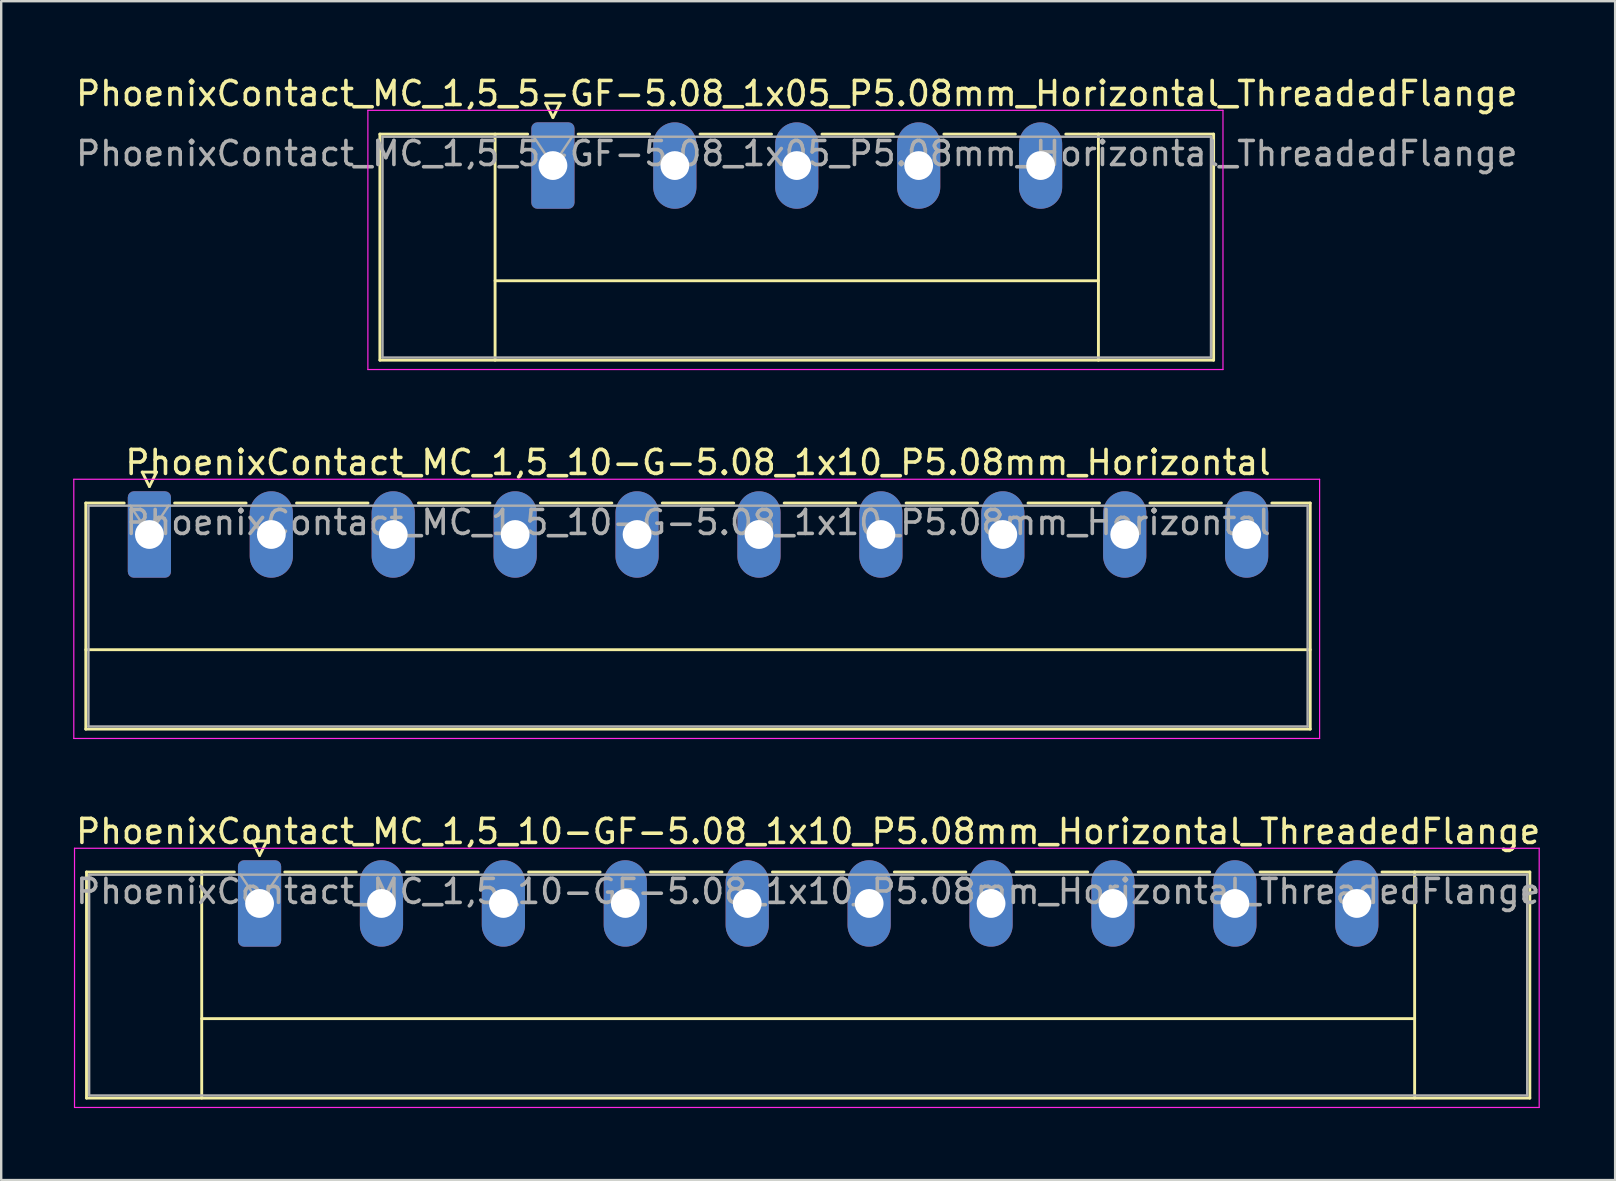
<source format=kicad_pcb>
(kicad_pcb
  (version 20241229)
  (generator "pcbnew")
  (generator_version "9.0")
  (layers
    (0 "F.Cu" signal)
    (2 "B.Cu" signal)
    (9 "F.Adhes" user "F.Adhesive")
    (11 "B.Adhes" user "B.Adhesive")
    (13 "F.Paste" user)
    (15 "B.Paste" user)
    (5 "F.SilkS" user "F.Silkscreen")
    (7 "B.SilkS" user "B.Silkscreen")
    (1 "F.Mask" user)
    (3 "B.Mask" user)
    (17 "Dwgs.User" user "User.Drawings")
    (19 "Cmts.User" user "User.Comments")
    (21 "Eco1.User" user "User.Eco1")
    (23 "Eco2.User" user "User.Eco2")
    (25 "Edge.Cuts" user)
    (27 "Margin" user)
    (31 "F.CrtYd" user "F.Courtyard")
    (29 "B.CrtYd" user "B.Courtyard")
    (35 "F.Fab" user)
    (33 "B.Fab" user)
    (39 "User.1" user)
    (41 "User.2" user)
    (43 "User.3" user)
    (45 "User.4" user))
  (footprint "PhoenixContact_MC_1,5_10-G-5.08_1x10_P5.08mm_Horizontal"
    (layer "F.Cu")
    (at 3.175 19.221)
    (property "Reference" "PhoenixContact_MC_1,5_10-G-5.08_1x10_P5.08mm_Horizontal" (at 22.86 -3 0) (layer "F.SilkS") (effects (font (size 1 1) (thickness 0.15))))
    (attr through_hole)
    (fp_line (start -2.65 -1.31) (end -2.65 8.11) (stroke (width 0.12) (type solid)) (layer "F.SilkS"))
    (fp_line (start -2.65 -1.31) (end -1.05 -1.31) (stroke (width 0.12) (type solid)) (layer "F.SilkS"))
    (fp_line (start -2.65 4.8) (end 48.37 4.8) (stroke (width 0.12) (type solid)) (layer "F.SilkS"))
    (fp_line (start -2.65 8.11) (end 48.37 8.11) (stroke (width 0.12) (type solid)) (layer "F.SilkS"))
    (fp_line (start -0.3 -2.6) (end 0.3 -2.6) (stroke (width 0.12) (type solid)) (layer "F.SilkS"))
    (fp_line (start 0 -2) (end -0.3 -2.6) (stroke (width 0.12) (type solid)) (layer "F.SilkS"))
    (fp_line (start 0.3 -2.6) (end 0 -2) (stroke (width 0.12) (type solid)) (layer "F.SilkS"))
    (fp_line (start 1.05 -1.31) (end 4.03 -1.31) (stroke (width 0.12) (type solid)) (layer "F.SilkS"))
    (fp_line (start 6.13 -1.31) (end 9.11 -1.31) (stroke (width 0.12) (type solid)) (layer "F.SilkS"))
    (fp_line (start 11.21 -1.31) (end 14.19 -1.31) (stroke (width 0.12) (type solid)) (layer "F.SilkS"))
    (fp_line (start 16.29 -1.31) (end 19.27 -1.31) (stroke (width 0.12) (type solid)) (layer "F.SilkS"))
    (fp_line (start 21.37 -1.31) (end 24.35 -1.31) (stroke (width 0.12) (type solid)) (layer "F.SilkS"))
    (fp_line (start 26.45 -1.31) (end 29.43 -1.31) (stroke (width 0.12) (type solid)) (layer "F.SilkS"))
    (fp_line (start 31.53 -1.31) (end 34.51 -1.31) (stroke (width 0.12) (type solid)) (layer "F.SilkS"))
    (fp_line (start 36.61 -1.31) (end 39.59 -1.31) (stroke (width 0.12) (type solid)) (layer "F.SilkS"))
    (fp_line (start 41.69 -1.31) (end 44.67 -1.31) (stroke (width 0.12) (type solid)) (layer "F.SilkS"))
    (fp_line (start 48.37 -1.31) (end 46.77 -1.31) (stroke (width 0.12) (type solid)) (layer "F.SilkS"))
    (fp_line (start 48.37 8.11) (end 48.37 -1.31) (stroke (width 0.12) (type solid)) (layer "F.SilkS"))
    (fp_line (start -3.15 -2.3) (end -3.15 8.5) (stroke (width 0.05) (type solid)) (layer "F.CrtYd"))
    (fp_line (start -3.15 8.5) (end 48.76 8.5) (stroke (width 0.05) (type solid)) (layer "F.CrtYd"))
    (fp_line (start 48.76 -2.3) (end -3.15 -2.3) (stroke (width 0.05) (type solid)) (layer "F.CrtYd"))
    (fp_line (start 48.76 8.5) (end 48.76 -2.3) (stroke (width 0.05) (type solid)) (layer "F.CrtYd"))
    (fp_line (start -2.54 -1.2) (end -2.54 8) (stroke (width 0.1) (type solid)) (layer "F.Fab"))
    (fp_line (start -2.54 8) (end 48.26 8) (stroke (width 0.1) (type solid)) (layer "F.Fab"))
    (fp_line (start 0 0) (end -0.8 -1.2) (stroke (width 0.1) (type solid)) (layer "F.Fab"))
    (fp_line (start 0.8 -1.2) (end 0 0) (stroke (width 0.1) (type solid)) (layer "F.Fab"))
    (fp_line (start 48.26 -1.2) (end -2.54 -1.2) (stroke (width 0.1) (type solid)) (layer "F.Fab"))
    (fp_line (start 48.26 8) (end 48.26 -1.2) (stroke (width 0.1) (type solid)) (layer "F.Fab"))
    (fp_text user "${REFERENCE}" (at 22.86 -0.5 0) (layer "F.Fab") (effects (font (size 1 1) (thickness 0.15))))
    (pad "1" thru_hole roundrect (at 0 0) (size 1.8 3.6) (drill 1.2) (layers "*.Cu" "*.Mask") (roundrect_rratio 0.139))
    (pad "2" thru_hole oval (at 5.08 0) (size 1.8 3.6) (drill 1.2) (layers "*.Cu" "*.Mask"))
    (pad "3" thru_hole oval (at 10.16 0) (size 1.8 3.6) (drill 1.2) (layers "*.Cu" "*.Mask"))
    (pad "4" thru_hole oval (at 15.24 0) (size 1.8 3.6) (drill 1.2) (layers "*.Cu" "*.Mask"))
    (pad "5" thru_hole oval (at 20.32 0) (size 1.8 3.6) (drill 1.2) (layers "*.Cu" "*.Mask"))
    (pad "6" thru_hole oval (at 25.4 0) (size 1.8 3.6) (drill 1.2) (layers "*.Cu" "*.Mask"))
    (pad "7" thru_hole oval (at 30.48 0) (size 1.8 3.6) (drill 1.2) (layers "*.Cu" "*.Mask"))
    (pad "8" thru_hole oval (at 35.56 0) (size 1.8 3.6) (drill 1.2) (layers "*.Cu" "*.Mask"))
    (pad "9" thru_hole oval (at 40.64 0) (size 1.8 3.6) (drill 1.2) (layers "*.Cu" "*.Mask"))
    (pad "10" thru_hole oval (at 45.72 0) (size 1.8 3.6) (drill 1.2) (layers "*.Cu" "*.Mask")))
  (footprint "PhoenixContact_MC_1,5_5-GF-5.08_1x05_P5.08mm_Horizontal_ThreadedFlange"
    (layer "F.Cu")
    (at 19.989 3.848)
    (property "Reference" "PhoenixContact_MC_1,5_5-GF-5.08_1x05_P5.08mm_Horizontal_ThreadedFlange" (at 10.16 -3 0) (layer "F.SilkS") (effects (font (size 1 1) (thickness 0.15))))
    (attr through_hole)
    (fp_line (start -7.21 -1.31) (end -7.21 8.11) (stroke (width 0.12) (type solid)) (layer "F.SilkS"))
    (fp_line (start -7.21 -1.31) (end -1.05 -1.31) (stroke (width 0.12) (type solid)) (layer "F.SilkS"))
    (fp_line (start -7.21 8.11) (end 27.53 8.11) (stroke (width 0.12) (type solid)) (layer "F.SilkS"))
    (fp_line (start -2.41 -1.31) (end -2.41 8.11) (stroke (width 0.12) (type solid)) (layer "F.SilkS"))
    (fp_line (start -2.41 4.8) (end 22.73 4.8) (stroke (width 0.12) (type solid)) (layer "F.SilkS"))
    (fp_line (start -0.3 -2.6) (end 0.3 -2.6) (stroke (width 0.12) (type solid)) (layer "F.SilkS"))
    (fp_line (start 0 -2) (end -0.3 -2.6) (stroke (width 0.12) (type solid)) (layer "F.SilkS"))
    (fp_line (start 0.3 -2.6) (end 0 -2) (stroke (width 0.12) (type solid)) (layer "F.SilkS"))
    (fp_line (start 1.05 -1.31) (end 4.03 -1.31) (stroke (width 0.12) (type solid)) (layer "F.SilkS"))
    (fp_line (start 6.13 -1.31) (end 9.11 -1.31) (stroke (width 0.12) (type solid)) (layer "F.SilkS"))
    (fp_line (start 11.21 -1.31) (end 14.19 -1.31) (stroke (width 0.12) (type solid)) (layer "F.SilkS"))
    (fp_line (start 16.29 -1.31) (end 19.27 -1.31) (stroke (width 0.12) (type solid)) (layer "F.SilkS"))
    (fp_line (start 22.73 -1.31) (end 22.73 8.11) (stroke (width 0.12) (type solid)) (layer "F.SilkS"))
    (fp_line (start 27.53 -1.31) (end 21.37 -1.31) (stroke (width 0.12) (type solid)) (layer "F.SilkS"))
    (fp_line (start 27.53 8.11) (end 27.53 -1.31) (stroke (width 0.12) (type solid)) (layer "F.SilkS"))
    (fp_line (start -7.71 -2.3) (end -7.71 8.5) (stroke (width 0.05) (type solid)) (layer "F.CrtYd"))
    (fp_line (start -7.71 8.5) (end 27.92 8.5) (stroke (width 0.05) (type solid)) (layer "F.CrtYd"))
    (fp_line (start 27.92 -2.3) (end -7.71 -2.3) (stroke (width 0.05) (type solid)) (layer "F.CrtYd"))
    (fp_line (start 27.92 8.5) (end 27.92 -2.3) (stroke (width 0.05) (type solid)) (layer "F.CrtYd"))
    (fp_line (start -7.1 -1.2) (end -7.1 8) (stroke (width 0.1) (type solid)) (layer "F.Fab"))
    (fp_line (start -7.1 8) (end 27.42 8) (stroke (width 0.1) (type solid)) (layer "F.Fab"))
    (fp_line (start 0 0) (end -0.8 -1.2) (stroke (width 0.1) (type solid)) (layer "F.Fab"))
    (fp_line (start 0.8 -1.2) (end 0 0) (stroke (width 0.1) (type solid)) (layer "F.Fab"))
    (fp_line (start 27.42 -1.2) (end -7.1 -1.2) (stroke (width 0.1) (type solid)) (layer "F.Fab"))
    (fp_line (start 27.42 8) (end 27.42 -1.2) (stroke (width 0.1) (type solid)) (layer "F.Fab"))
    (fp_text user "${REFERENCE}" (at 10.16 -0.5 0) (layer "F.Fab") (effects (font (size 1 1) (thickness 0.15))))
    (pad "1" thru_hole roundrect (at 0 0) (size 1.8 3.6) (drill 1.2) (layers "*.Cu" "*.Mask") (roundrect_rratio 0.139))
    (pad "2" thru_hole oval (at 5.08 0) (size 1.8 3.6) (drill 1.2) (layers "*.Cu" "*.Mask"))
    (pad "3" thru_hole oval (at 10.16 0) (size 1.8 3.6) (drill 1.2) (layers "*.Cu" "*.Mask"))
    (pad "4" thru_hole oval (at 15.24 0) (size 1.8 3.6) (drill 1.2) (layers "*.Cu" "*.Mask"))
    (pad "5" thru_hole oval (at 20.32 0) (size 1.8 3.6) (drill 1.2) (layers "*.Cu" "*.Mask")))
  (footprint "PhoenixContact_MC_1,5_10-GF-5.08_1x10_P5.08mm_Horizontal_ThreadedFlange"
    (layer "F.Cu")
    (at 7.765 34.595)
    (property "Reference" "PhoenixContact_MC_1,5_10-GF-5.08_1x10_P5.08mm_Horizontal_ThreadedFlange" (at 22.86 -3 0) (layer "F.SilkS") (effects (font (size 1 1) (thickness 0.15))))
    (attr through_hole)
    (fp_line (start -7.21 -1.31) (end -7.21 8.11) (stroke (width 0.12) (type solid)) (layer "F.SilkS"))
    (fp_line (start -7.21 -1.31) (end -1.05 -1.31) (stroke (width 0.12) (type solid)) (layer "F.SilkS"))
    (fp_line (start -7.21 8.11) (end 52.93 8.11) (stroke (width 0.12) (type solid)) (layer "F.SilkS"))
    (fp_line (start -2.41 -1.31) (end -2.41 8.11) (stroke (width 0.12) (type solid)) (layer "F.SilkS"))
    (fp_line (start -2.41 4.8) (end 48.13 4.8) (stroke (width 0.12) (type solid)) (layer "F.SilkS"))
    (fp_line (start -0.3 -2.6) (end 0.3 -2.6) (stroke (width 0.12) (type solid)) (layer "F.SilkS"))
    (fp_line (start 0 -2) (end -0.3 -2.6) (stroke (width 0.12) (type solid)) (layer "F.SilkS"))
    (fp_line (start 0.3 -2.6) (end 0 -2) (stroke (width 0.12) (type solid)) (layer "F.SilkS"))
    (fp_line (start 1.05 -1.31) (end 4.03 -1.31) (stroke (width 0.12) (type solid)) (layer "F.SilkS"))
    (fp_line (start 6.13 -1.31) (end 9.11 -1.31) (stroke (width 0.12) (type solid)) (layer "F.SilkS"))
    (fp_line (start 11.21 -1.31) (end 14.19 -1.31) (stroke (width 0.12) (type solid)) (layer "F.SilkS"))
    (fp_line (start 16.29 -1.31) (end 19.27 -1.31) (stroke (width 0.12) (type solid)) (layer "F.SilkS"))
    (fp_line (start 21.37 -1.31) (end 24.35 -1.31) (stroke (width 0.12) (type solid)) (layer "F.SilkS"))
    (fp_line (start 26.45 -1.31) (end 29.43 -1.31) (stroke (width 0.12) (type solid)) (layer "F.SilkS"))
    (fp_line (start 31.53 -1.31) (end 34.51 -1.31) (stroke (width 0.12) (type solid)) (layer "F.SilkS"))
    (fp_line (start 36.61 -1.31) (end 39.59 -1.31) (stroke (width 0.12) (type solid)) (layer "F.SilkS"))
    (fp_line (start 41.69 -1.31) (end 44.67 -1.31) (stroke (width 0.12) (type solid)) (layer "F.SilkS"))
    (fp_line (start 48.13 -1.31) (end 48.13 8.11) (stroke (width 0.12) (type solid)) (layer "F.SilkS"))
    (fp_line (start 52.93 -1.31) (end 46.77 -1.31) (stroke (width 0.12) (type solid)) (layer "F.SilkS"))
    (fp_line (start 52.93 8.11) (end 52.93 -1.31) (stroke (width 0.12) (type solid)) (layer "F.SilkS"))
    (fp_line (start -7.71 -2.3) (end -7.71 8.5) (stroke (width 0.05) (type solid)) (layer "F.CrtYd"))
    (fp_line (start -7.71 8.5) (end 53.32 8.5) (stroke (width 0.05) (type solid)) (layer "F.CrtYd"))
    (fp_line (start 53.32 -2.3) (end -7.71 -2.3) (stroke (width 0.05) (type solid)) (layer "F.CrtYd"))
    (fp_line (start 53.32 8.5) (end 53.32 -2.3) (stroke (width 0.05) (type solid)) (layer "F.CrtYd"))
    (fp_line (start -7.1 -1.2) (end -7.1 8) (stroke (width 0.1) (type solid)) (layer "F.Fab"))
    (fp_line (start -7.1 8) (end 52.82 8) (stroke (width 0.1) (type solid)) (layer "F.Fab"))
    (fp_line (start 0 0) (end -0.8 -1.2) (stroke (width 0.1) (type solid)) (layer "F.Fab"))
    (fp_line (start 0.8 -1.2) (end 0 0) (stroke (width 0.1) (type solid)) (layer "F.Fab"))
    (fp_line (start 52.82 -1.2) (end -7.1 -1.2) (stroke (width 0.1) (type solid)) (layer "F.Fab"))
    (fp_line (start 52.82 8) (end 52.82 -1.2) (stroke (width 0.1) (type solid)) (layer "F.Fab"))
    (fp_text user "${REFERENCE}" (at 22.86 -0.5 0) (layer "F.Fab") (effects (font (size 1 1) (thickness 0.15))))
    (pad "1" thru_hole roundrect (at 0 0) (size 1.8 3.6) (drill 1.2) (layers "*.Cu" "*.Mask") (roundrect_rratio 0.139))
    (pad "2" thru_hole oval (at 5.08 0) (size 1.8 3.6) (drill 1.2) (layers "*.Cu" "*.Mask"))
    (pad "3" thru_hole oval (at 10.16 0) (size 1.8 3.6) (drill 1.2) (layers "*.Cu" "*.Mask"))
    (pad "4" thru_hole oval (at 15.24 0) (size 1.8 3.6) (drill 1.2) (layers "*.Cu" "*.Mask"))
    (pad "5" thru_hole oval (at 20.32 0) (size 1.8 3.6) (drill 1.2) (layers "*.Cu" "*.Mask"))
    (pad "6" thru_hole oval (at 25.4 0) (size 1.8 3.6) (drill 1.2) (layers "*.Cu" "*.Mask"))
    (pad "7" thru_hole oval (at 30.48 0) (size 1.8 3.6) (drill 1.2) (layers "*.Cu" "*.Mask"))
    (pad "8" thru_hole oval (at 35.56 0) (size 1.8 3.6) (drill 1.2) (layers "*.Cu" "*.Mask"))
    (pad "9" thru_hole oval (at 40.64 0) (size 1.8 3.6) (drill 1.2) (layers "*.Cu" "*.Mask"))
    (pad "10" thru_hole oval (at 45.72 0) (size 1.8 3.6) (drill 1.2) (layers "*.Cu" "*.Mask")))
  (gr_rect
    (start -3 -3)
    (end 64.25 46.12)
    (stroke (width 0.1) (type default))
    (fill no)
    (layer "Edge.Cuts")))
</source>
